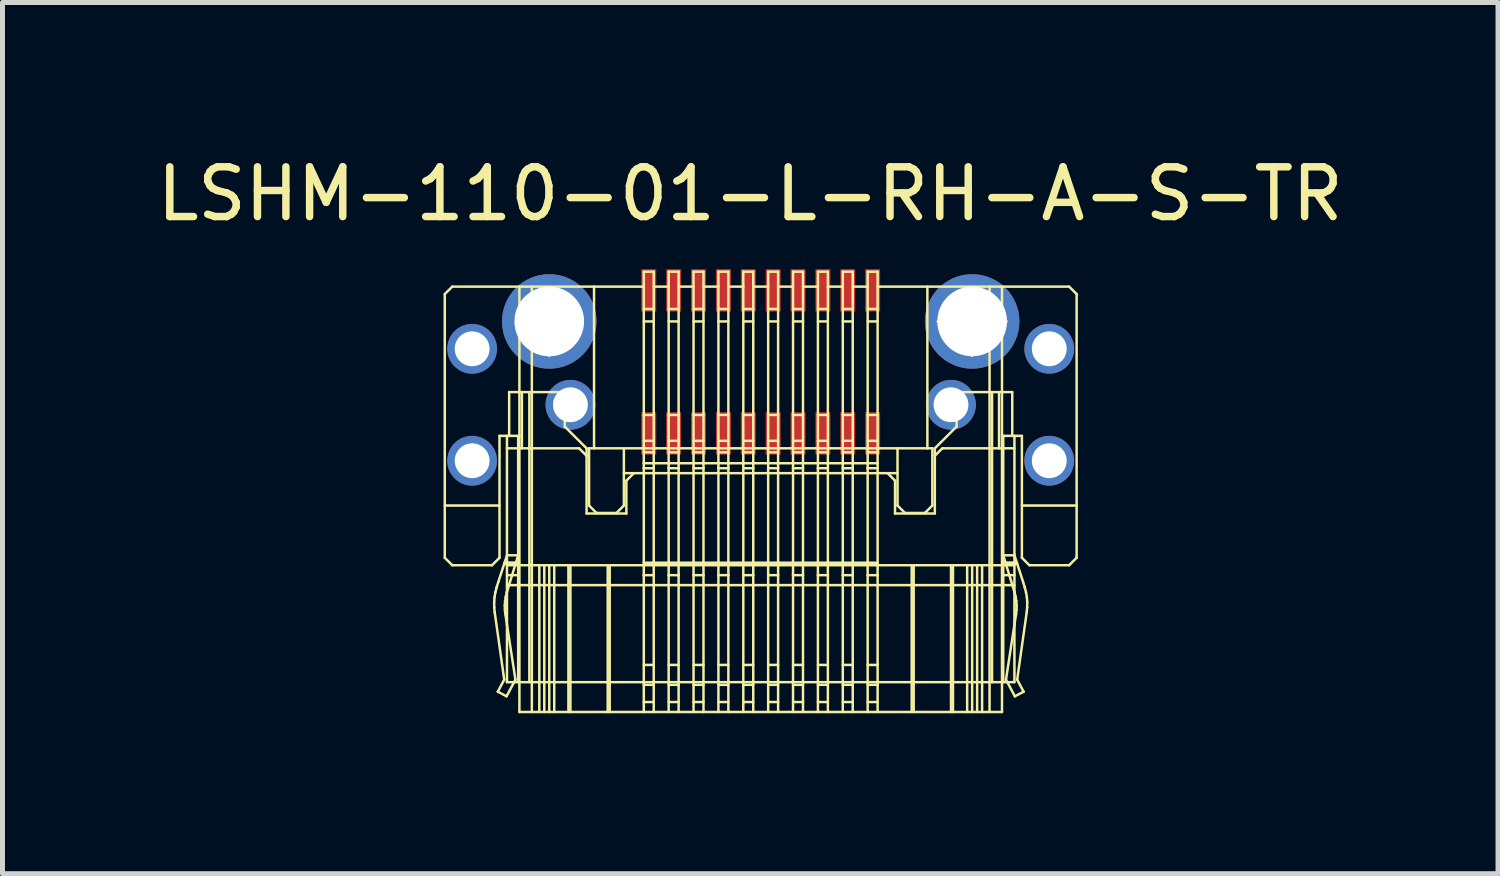
<source format=kicad_pcb>
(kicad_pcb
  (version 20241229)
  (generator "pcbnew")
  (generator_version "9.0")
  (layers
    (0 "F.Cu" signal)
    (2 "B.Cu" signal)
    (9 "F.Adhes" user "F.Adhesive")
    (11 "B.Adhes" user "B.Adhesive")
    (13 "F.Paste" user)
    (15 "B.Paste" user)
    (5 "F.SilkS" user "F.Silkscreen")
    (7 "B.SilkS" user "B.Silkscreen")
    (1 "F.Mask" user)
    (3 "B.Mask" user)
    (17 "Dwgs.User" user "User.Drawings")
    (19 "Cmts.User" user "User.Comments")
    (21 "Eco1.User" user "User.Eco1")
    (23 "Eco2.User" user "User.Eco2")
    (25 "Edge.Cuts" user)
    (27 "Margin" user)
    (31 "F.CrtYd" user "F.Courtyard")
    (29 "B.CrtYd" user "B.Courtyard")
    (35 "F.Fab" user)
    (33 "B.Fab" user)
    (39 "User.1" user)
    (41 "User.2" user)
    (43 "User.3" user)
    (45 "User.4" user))
  (footprint "LSHM-110-01-L-RH-A-S-TR"
    (layer "F.Cu")
    (at 12.24 11.261)
    (property "Reference" "LSHM-110-01-L-RH-A-S-TR" (at -0.21 -10.413 0) (layer "F.SilkS") (effects (font (size 1 1) (thickness 0.15))))
    (attr through_hole)
    (fp_line (start -6.35 -8.4) (end -6.35 -3.1) (stroke (width 0.05) (type solid)) (layer "F.SilkS"))
    (fp_line (start -6.35 -3.1) (end -6.2 -2.95) (stroke (width 0.05) (type solid)) (layer "F.SilkS"))
    (fp_line (start -6.2 -8.55) (end -6.35 -8.4) (stroke (width 0.05) (type solid)) (layer "F.SilkS"))
    (fp_line (start -6.2 -2.95) (end -5.4 -2.95) (stroke (width 0.05) (type solid)) (layer "F.SilkS"))
    (fp_line (start -5.9 -7.55) (end -5.7 -7.55) (stroke (width 0.05) (type solid)) (layer "F.SilkS"))
    (fp_line (start -5.9 -7.05) (end -5.9 -7.55) (stroke (width 0.05) (type solid)) (layer "F.SilkS"))
    (fp_line (start -5.9 -5.3) (end -5.7 -5.3) (stroke (width 0.05) (type solid)) (layer "F.SilkS"))
    (fp_line (start -5.9 -4.8) (end -5.9 -5.3) (stroke (width 0.05) (type solid)) (layer "F.SilkS"))
    (fp_line (start -5.7 -7.45) (end -5.9 -7.45) (stroke (width 0.05) (type solid)) (layer "F.SilkS"))
    (fp_line (start -5.7 -7.15) (end -5.9 -7.15) (stroke (width 0.05) (type solid)) (layer "F.SilkS"))
    (fp_line (start -5.7 -7.05) (end -5.9 -7.05) (stroke (width 0.05) (type solid)) (layer "F.SilkS"))
    (fp_line (start -5.7 -7.05) (end -5.7 -7.55) (stroke (width 0.05) (type solid)) (layer "F.SilkS"))
    (fp_line (start -5.7 -5.2) (end -5.9 -5.2) (stroke (width 0.05) (type solid)) (layer "F.SilkS"))
    (fp_line (start -5.7 -4.9) (end -5.9 -4.9) (stroke (width 0.05) (type solid)) (layer "F.SilkS"))
    (fp_line (start -5.7 -4.8) (end -5.9 -4.8) (stroke (width 0.05) (type solid)) (layer "F.SilkS"))
    (fp_line (start -5.7 -4.8) (end -5.7 -5.3) (stroke (width 0.05) (type solid)) (layer "F.SilkS"))
    (fp_line (start -5.4 -2.95) (end -5.25 -3.1) (stroke (width 0.05) (type solid)) (layer "F.SilkS"))
    (fp_line (start -5.357 -2.207) (end -5.35 -2.307) (stroke (width 0.05) (type solid)) (layer "F.SilkS"))
    (fp_line (start -5.356 -2.106) (end -5.357 -2.207) (stroke (width 0.05) (type solid)) (layer "F.SilkS"))
    (fp_line (start -5.35 -2.307) (end -5.333 -2.406) (stroke (width 0.05) (type solid)) (layer "F.SilkS"))
    (fp_line (start -5.347 -2.007) (end -5.356 -2.106) (stroke (width 0.05) (type solid)) (layer "F.SilkS"))
    (fp_line (start -5.333 -2.406) (end -5.308 -2.503) (stroke (width 0.05) (type solid)) (layer "F.SilkS"))
    (fp_line (start -5.308 -2.503) (end -5.308 -2.504) (stroke (width 0.05) (type solid)) (layer "F.SilkS"))
    (fp_line (start -5.308 -2.504) (end -5.274 -2.614) (stroke (width 0.05) (type solid)) (layer "F.SilkS"))
    (fp_line (start -5.284 -0.408) (end -5.155 -0.65) (stroke (width 0.05) (type solid)) (layer "F.SilkS"))
    (fp_line (start -5.274 -2.614) (end -5.1 -3.15) (stroke (width 0.05) (type solid)) (layer "F.SilkS"))
    (fp_line (start -5.25 -5.55) (end -4.85 -5.55) (stroke (width 0.05) (type solid)) (layer "F.SilkS"))
    (fp_line (start -5.25 -4.15) (end -6.35 -4.15) (stroke (width 0.05) (type solid)) (layer "F.SilkS"))
    (fp_line (start -5.25 -3.1) (end -5.25 -5.55) (stroke (width 0.05) (type solid)) (layer "F.SilkS"))
    (fp_line (start -5.156 -2.978) (end -5.1 -2.978) (stroke (width 0.05) (type solid)) (layer "F.SilkS"))
    (fp_line (start -5.155 -0.65) (end -5.347 -2.007) (stroke (width 0.05) (type solid)) (layer "F.SilkS"))
    (fp_line (start -5.147 -3.004) (end -4.92 -3.004) (stroke (width 0.05) (type solid)) (layer "F.SilkS"))
    (fp_line (start -5.144 -2.142) (end -5.138 -2.229) (stroke (width 0.05) (type solid)) (layer "F.SilkS"))
    (fp_line (start -5.142 -2.055) (end -5.144 -2.142) (stroke (width 0.05) (type solid)) (layer "F.SilkS"))
    (fp_line (start -5.138 -2.229) (end -5.125 -2.315) (stroke (width 0.05) (type solid)) (layer "F.SilkS"))
    (fp_line (start -5.133 -1.968) (end -5.142 -2.055) (stroke (width 0.05) (type solid)) (layer "F.SilkS"))
    (fp_line (start -5.133 -1.968) (end -5.1 -1.756) (stroke (width 0.05) (type solid)) (layer "F.SilkS"))
    (fp_line (start -5.125 -2.315) (end -5.104 -2.4) (stroke (width 0.05) (type solid)) (layer "F.SilkS"))
    (fp_line (start -5.109 -0.315) (end -5.284 -0.408) (stroke (width 0.05) (type solid)) (layer "F.SilkS"))
    (fp_line (start -5.104 -2.4) (end -5.101 -2.412) (stroke (width 0.05) (type solid)) (layer "F.SilkS"))
    (fp_line (start -5.1 -5.55) (end -5.1 -0.6) (stroke (width 0.05) (type solid)) (layer "F.SilkS"))
    (fp_line (start -5.1 -3.15) (end -4.875 -3.15) (stroke (width 0.05) (type solid)) (layer "F.SilkS"))
    (fp_line (start -5.1 -2.978) (end -4.927 -2.978) (stroke (width 0.05) (type solid)) (layer "F.SilkS"))
    (fp_line (start -5.1 -2.95) (end -4.875 -2.95) (stroke (width 0.05) (type solid)) (layer "F.SilkS"))
    (fp_line (start -5.1 -2.75) (end -4.875 -2.75) (stroke (width 0.05) (type solid)) (layer "F.SilkS"))
    (fp_line (start -5.1 -2.414) (end -5.101 -2.412) (stroke (width 0.05) (type solid)) (layer "F.SilkS"))
    (fp_line (start -5.1 -1.756) (end -4.93 -0.65) (stroke (width 0.05) (type solid)) (layer "F.SilkS"))
    (fp_line (start -5.056 -6.43) (end -5.056 -5.55) (stroke (width 0.05) (type solid)) (layer "F.SilkS"))
    (fp_line (start -4.957 -0.6) (end -5.109 -0.315) (stroke (width 0.05) (type solid)) (layer "F.SilkS"))
    (fp_line (start -4.93 -0.65) (end -4.957 -0.6) (stroke (width 0.05) (type solid)) (layer "F.SilkS"))
    (fp_line (start -4.875 -5.55) (end -4.875 -5.3) (stroke (width 0.05) (type solid)) (layer "F.SilkS"))
    (fp_line (start -4.875 -3.15) (end -5.1 -2.414) (stroke (width 0.05) (type solid)) (layer "F.SilkS"))
    (fp_line (start -4.875 -0.6) (end -4.875 -5.3) (stroke (width 0.05) (type solid)) (layer "F.SilkS"))
    (fp_line (start -4.854 -7.85) (end -3.646 -7.85) (stroke (width 0.05) (type solid)) (layer "F.SilkS"))
    (fp_line (start -4.85 -5.3) (end -4.85 -8.55) (stroke (width 0.05) (type solid)) (layer "F.SilkS"))
    (fp_line (start -4.85 -0.6) (end -4.85 -5.3) (stroke (width 0.05) (type solid)) (layer "F.SilkS"))
    (fp_line (start -4.85 0) (end -4.85 -0.6) (stroke (width 0.05) (type solid)) (layer "F.SilkS"))
    (fp_line (start -4.8 -6.43) (end -4.8 -5.3) (stroke (width 0.05) (type solid)) (layer "F.SilkS"))
    (fp_line (start -4.65 -5.3) (end -4.65 -6.43) (stroke (width 0.05) (type solid)) (layer "F.SilkS"))
    (fp_line (start -4.65 -0.6) (end -4.65 -5.3) (stroke (width 0.05) (type solid)) (layer "F.SilkS"))
    (fp_line (start -4.6 -5.3) (end -4.6 -8.55) (stroke (width 0.05) (type solid)) (layer "F.SilkS"))
    (fp_line (start -4.6 -0.6) (end -4.6 -5.3) (stroke (width 0.05) (type solid)) (layer "F.SilkS"))
    (fp_line (start -4.6 0) (end -4.6 -0.6) (stroke (width 0.05) (type solid)) (layer "F.SilkS"))
    (fp_line (start -4.45 0) (end -4.45 -2.95) (stroke (width 0.05) (type solid)) (layer "F.SilkS"))
    (fp_line (start -4.35 0) (end -4.35 -2.95) (stroke (width 0.05) (type solid)) (layer "F.SilkS"))
    (fp_line (start -4.25 -7.157) (end -4.25 -8.543) (stroke (width 0.05) (type solid)) (layer "F.SilkS"))
    (fp_line (start -4.25 0) (end -4.25 -2.95) (stroke (width 0.05) (type solid)) (layer "F.SilkS"))
    (fp_line (start -4.15 0) (end -4.15 -2.95) (stroke (width 0.05) (type solid)) (layer "F.SilkS"))
    (fp_line (start -3.938 -6.43) (end -3.938 -5.737) (stroke (width 0.05) (type solid)) (layer "F.SilkS"))
    (fp_line (start -3.938 -6.38) (end -3.712 -6.38) (stroke (width 0.05) (type solid)) (layer "F.SilkS"))
    (fp_line (start -3.938 -5.737) (end -3.5 -5.3) (stroke (width 0.05) (type solid)) (layer "F.SilkS"))
    (fp_line (start -3.865 0) (end -3.865 -2.95) (stroke (width 0.05) (type solid)) (layer "F.SilkS"))
    (fp_line (start -3.825 0) (end -3.825 -2.95) (stroke (width 0.05) (type solid)) (layer "F.SilkS"))
    (fp_line (start -3.712 -6.43) (end -5.056 -6.43) (stroke (width 0.05) (type solid)) (layer "F.SilkS"))
    (fp_line (start -3.712 -6.43) (end -3.712 -5.93) (stroke (width 0.05) (type solid)) (layer "F.SilkS"))
    (fp_line (start -3.712 -5.98) (end -3.938 -5.98) (stroke (width 0.05) (type solid)) (layer "F.SilkS"))
    (fp_line (start -3.712 -5.93) (end -3.938 -5.93) (stroke (width 0.05) (type solid)) (layer "F.SilkS"))
    (fp_line (start -3.65 -5.3) (end -5.1 -5.3) (stroke (width 0.05) (type solid)) (layer "F.SilkS"))
    (fp_line (start -3.65 -5.3) (end -3.5 -5.15) (stroke (width 0.05) (type solid)) (layer "F.SilkS"))
    (fp_line (start -3.5 -5.3) (end -3.5 -5.15) (stroke (width 0.05) (type solid)) (layer "F.SilkS"))
    (fp_line (start -3.5 -5.15) (end -3.5 -3.99) (stroke (width 0.05) (type solid)) (layer "F.SilkS"))
    (fp_line (start -3.5 -3.99) (end -2.7 -3.99) (stroke (width 0.05) (type solid)) (layer "F.SilkS"))
    (fp_line (start -3.45 -5.3) (end -3.45 -4.15) (stroke (width 0.05) (type solid)) (layer "F.SilkS"))
    (fp_line (start -3.45 -4.15) (end -3.3 -4) (stroke (width 0.05) (type solid)) (layer "F.SilkS"))
    (fp_line (start -3.35 -8.55) (end -3.35 -5.3) (stroke (width 0.05) (type solid)) (layer "F.SilkS"))
    (fp_line (start -3.3 -4) (end -2.9 -4) (stroke (width 0.05) (type solid)) (layer "F.SilkS"))
    (fp_line (start -3.075 0) (end -3.075 -2.95) (stroke (width 0.05) (type solid)) (layer "F.SilkS"))
    (fp_line (start -3.035 0) (end -3.035 -2.95) (stroke (width 0.05) (type solid)) (layer "F.SilkS"))
    (fp_line (start -2.9 -4) (end -2.75 -4.15) (stroke (width 0.05) (type solid)) (layer "F.SilkS"))
    (fp_line (start -2.75 -4.8) (end 2.75 -4.8) (stroke (width 0.05) (type solid)) (layer "F.SilkS"))
    (fp_line (start -2.75 -4.15) (end -2.75 -5.3) (stroke (width 0.05) (type solid)) (layer "F.SilkS"))
    (fp_line (start -2.7 -4.65) (end -2.55 -4.8) (stroke (width 0.05) (type solid)) (layer "F.SilkS"))
    (fp_line (start -2.7 -3.99) (end -2.7 -4.65) (stroke (width 0.05) (type solid)) (layer "F.SilkS"))
    (fp_line (start -2.35 -8.85) (end -2.35 -5) (stroke (width 0.05) (type solid)) (layer "F.SilkS"))
    (fp_line (start -2.35 -8.55) (end -6.2 -8.55) (stroke (width 0.05) (type solid)) (layer "F.SilkS"))
    (fp_line (start -2.35 -7.85) (end -2.15 -7.85) (stroke (width 0.05) (type solid)) (layer "F.SilkS"))
    (fp_line (start -2.35 -5.3) (end -3.45 -5.3) (stroke (width 0.05) (type solid)) (layer "F.SilkS"))
    (fp_line (start -2.35 -5.3) (end -2.15 -5.3) (stroke (width 0.05) (type solid)) (layer "F.SilkS"))
    (fp_line (start -2.35 -5) (end -2.35 -4.9) (stroke (width 0.05) (type solid)) (layer "F.SilkS"))
    (fp_line (start -2.35 -4.9) (end -2.35 -2.75) (stroke (width 0.05) (type solid)) (layer "F.SilkS"))
    (fp_line (start -2.35 -4.9) (end -2.15 -4.9) (stroke (width 0.05) (type solid)) (layer "F.SilkS"))
    (fp_line (start -2.35 -2.75) (end -2.35 0) (stroke (width 0.05) (type solid)) (layer "F.SilkS"))
    (fp_line (start -2.15 -8.85) (end -2.35 -8.85) (stroke (width 0.05) (type solid)) (layer "F.SilkS"))
    (fp_line (start -2.15 -8.85) (end -2.15 -5) (stroke (width 0.05) (type solid)) (layer "F.SilkS"))
    (fp_line (start -2.15 -8.1) (end -2.35 -8.1) (stroke (width 0.05) (type solid)) (layer "F.SilkS"))
    (fp_line (start -2.15 -5.97) (end -2.35 -5.97) (stroke (width 0.05) (type solid)) (layer "F.SilkS"))
    (fp_line (start -2.15 -5.45) (end -2.35 -5.45) (stroke (width 0.05) (type solid)) (layer "F.SilkS"))
    (fp_line (start -2.15 -5.22) (end -2.35 -5.22) (stroke (width 0.05) (type solid)) (layer "F.SilkS"))
    (fp_line (start -2.15 -5) (end -2.35 -5) (stroke (width 0.05) (type solid)) (layer "F.SilkS"))
    (fp_line (start -2.15 -4.9) (end -2.15 -5) (stroke (width 0.05) (type solid)) (layer "F.SilkS"))
    (fp_line (start -2.15 -3) (end -2.15 -4.9) (stroke (width 0.05) (type solid)) (layer "F.SilkS"))
    (fp_line (start -2.15 -3) (end -2.15 -2.75) (stroke (width 0.05) (type solid)) (layer "F.SilkS"))
    (fp_line (start -2.15 -2.75) (end -2.35 -2.75) (stroke (width 0.05) (type solid)) (layer "F.SilkS"))
    (fp_line (start -2.15 -2.75) (end -2.15 0) (stroke (width 0.05) (type solid)) (layer "F.SilkS"))
    (fp_line (start -2.15 -0.946) (end -2.35 -0.946) (stroke (width 0.05) (type solid)) (layer "F.SilkS"))
    (fp_line (start -2.15 -0.546) (end -2.35 -0.546) (stroke (width 0.05) (type solid)) (layer "F.SilkS"))
    (fp_line (start -2.15 -0.2) (end -2.35 -0.2) (stroke (width 0.05) (type solid)) (layer "F.SilkS"))
    (fp_line (start -1.85 -8.55) (end -2.15 -8.55) (stroke (width 0.05) (type solid)) (layer "F.SilkS"))
    (fp_line (start -1.85 -7.85) (end -1.65 -7.85) (stroke (width 0.05) (type solid)) (layer "F.SilkS"))
    (fp_line (start -1.85 -5.3) (end -2.15 -5.3) (stroke (width 0.05) (type solid)) (layer "F.SilkS"))
    (fp_line (start -1.85 -5.3) (end -1.65 -5.3) (stroke (width 0.05) (type solid)) (layer "F.SilkS"))
    (fp_line (start -1.85 -5) (end -2.15 -5) (stroke (width 0.05) (type solid)) (layer "F.SilkS"))
    (fp_line (start -1.85 -5) (end -1.85 -8.85) (stroke (width 0.05) (type solid)) (layer "F.SilkS"))
    (fp_line (start -1.85 -5) (end -1.85 -4.9) (stroke (width 0.05) (type solid)) (layer "F.SilkS"))
    (fp_line (start -1.85 -4.9) (end -1.85 -3) (stroke (width 0.05) (type solid)) (layer "F.SilkS"))
    (fp_line (start -1.85 -4.9) (end -1.65 -4.9) (stroke (width 0.05) (type solid)) (layer "F.SilkS"))
    (fp_line (start -1.85 -2.75) (end -1.85 -3) (stroke (width 0.05) (type solid)) (layer "F.SilkS"))
    (fp_line (start -1.85 -2.75) (end -1.85 0) (stroke (width 0.05) (type solid)) (layer "F.SilkS"))
    (fp_line (start -1.65 -8.85) (end -1.85 -8.85) (stroke (width 0.05) (type solid)) (layer "F.SilkS"))
    (fp_line (start -1.65 -8.85) (end -1.65 -5) (stroke (width 0.05) (type solid)) (layer "F.SilkS"))
    (fp_line (start -1.65 -8.1) (end -1.85 -8.1) (stroke (width 0.05) (type solid)) (layer "F.SilkS"))
    (fp_line (start -1.65 -5.97) (end -1.85 -5.97) (stroke (width 0.05) (type solid)) (layer "F.SilkS"))
    (fp_line (start -1.65 -5.45) (end -1.85 -5.45) (stroke (width 0.05) (type solid)) (layer "F.SilkS"))
    (fp_line (start -1.65 -5.22) (end -1.85 -5.22) (stroke (width 0.05) (type solid)) (layer "F.SilkS"))
    (fp_line (start -1.65 -5) (end -1.85 -5) (stroke (width 0.05) (type solid)) (layer "F.SilkS"))
    (fp_line (start -1.65 -4.9) (end -1.65 -5) (stroke (width 0.05) (type solid)) (layer "F.SilkS"))
    (fp_line (start -1.65 -3) (end -1.65 -4.9) (stroke (width 0.05) (type solid)) (layer "F.SilkS"))
    (fp_line (start -1.65 -3) (end -1.65 -2.75) (stroke (width 0.05) (type solid)) (layer "F.SilkS"))
    (fp_line (start -1.65 -2.75) (end -1.85 -2.75) (stroke (width 0.05) (type solid)) (layer "F.SilkS"))
    (fp_line (start -1.65 -2.75) (end -1.65 0) (stroke (width 0.05) (type solid)) (layer "F.SilkS"))
    (fp_line (start -1.65 -0.946) (end -1.85 -0.946) (stroke (width 0.05) (type solid)) (layer "F.SilkS"))
    (fp_line (start -1.65 -0.546) (end -1.85 -0.546) (stroke (width 0.05) (type solid)) (layer "F.SilkS"))
    (fp_line (start -1.65 -0.2) (end -1.85 -0.2) (stroke (width 0.05) (type solid)) (layer "F.SilkS"))
    (fp_line (start -1.35 -8.55) (end -1.65 -8.55) (stroke (width 0.05) (type solid)) (layer "F.SilkS"))
    (fp_line (start -1.35 -7.85) (end -1.15 -7.85) (stroke (width 0.05) (type solid)) (layer "F.SilkS"))
    (fp_line (start -1.35 -5.3) (end -1.65 -5.3) (stroke (width 0.05) (type solid)) (layer "F.SilkS"))
    (fp_line (start -1.35 -5.3) (end -1.15 -5.3) (stroke (width 0.05) (type solid)) (layer "F.SilkS"))
    (fp_line (start -1.35 -5) (end -1.65 -5) (stroke (width 0.05) (type solid)) (layer "F.SilkS"))
    (fp_line (start -1.35 -5) (end -1.35 -8.85) (stroke (width 0.05) (type solid)) (layer "F.SilkS"))
    (fp_line (start -1.35 -5) (end -1.35 -4.9) (stroke (width 0.05) (type solid)) (layer "F.SilkS"))
    (fp_line (start -1.35 -4.9) (end -1.35 -3) (stroke (width 0.05) (type solid)) (layer "F.SilkS"))
    (fp_line (start -1.35 -4.9) (end -1.15 -4.9) (stroke (width 0.05) (type solid)) (layer "F.SilkS"))
    (fp_line (start -1.35 -2.75) (end -1.35 -3) (stroke (width 0.05) (type solid)) (layer "F.SilkS"))
    (fp_line (start -1.35 -2.75) (end -1.35 0) (stroke (width 0.05) (type solid)) (layer "F.SilkS"))
    (fp_line (start -1.15 -8.85) (end -1.35 -8.85) (stroke (width 0.05) (type solid)) (layer "F.SilkS"))
    (fp_line (start -1.15 -8.85) (end -1.15 -5) (stroke (width 0.05) (type solid)) (layer "F.SilkS"))
    (fp_line (start -1.15 -8.1) (end -1.35 -8.1) (stroke (width 0.05) (type solid)) (layer "F.SilkS"))
    (fp_line (start -1.15 -5.97) (end -1.35 -5.97) (stroke (width 0.05) (type solid)) (layer "F.SilkS"))
    (fp_line (start -1.15 -5.45) (end -1.35 -5.45) (stroke (width 0.05) (type solid)) (layer "F.SilkS"))
    (fp_line (start -1.15 -5.22) (end -1.35 -5.22) (stroke (width 0.05) (type solid)) (layer "F.SilkS"))
    (fp_line (start -1.15 -5) (end -1.35 -5) (stroke (width 0.05) (type solid)) (layer "F.SilkS"))
    (fp_line (start -1.15 -4.9) (end -1.15 -5) (stroke (width 0.05) (type solid)) (layer "F.SilkS"))
    (fp_line (start -1.15 -3) (end -1.15 -4.9) (stroke (width 0.05) (type solid)) (layer "F.SilkS"))
    (fp_line (start -1.15 -3) (end -1.15 -2.75) (stroke (width 0.05) (type solid)) (layer "F.SilkS"))
    (fp_line (start -1.15 -2.75) (end -1.35 -2.75) (stroke (width 0.05) (type solid)) (layer "F.SilkS"))
    (fp_line (start -1.15 -2.75) (end -1.15 0) (stroke (width 0.05) (type solid)) (layer "F.SilkS"))
    (fp_line (start -1.15 -0.946) (end -1.35 -0.946) (stroke (width 0.05) (type solid)) (layer "F.SilkS"))
    (fp_line (start -1.15 -0.546) (end -1.35 -0.546) (stroke (width 0.05) (type solid)) (layer "F.SilkS"))
    (fp_line (start -1.15 -0.2) (end -1.35 -0.2) (stroke (width 0.05) (type solid)) (layer "F.SilkS"))
    (fp_line (start -0.85 -8.55) (end -1.15 -8.55) (stroke (width 0.05) (type solid)) (layer "F.SilkS"))
    (fp_line (start -0.85 -7.85) (end -0.65 -7.85) (stroke (width 0.05) (type solid)) (layer "F.SilkS"))
    (fp_line (start -0.85 -5.3) (end -1.15 -5.3) (stroke (width 0.05) (type solid)) (layer "F.SilkS"))
    (fp_line (start -0.85 -5.3) (end -0.65 -5.3) (stroke (width 0.05) (type solid)) (layer "F.SilkS"))
    (fp_line (start -0.85 -5) (end -1.15 -5) (stroke (width 0.05) (type solid)) (layer "F.SilkS"))
    (fp_line (start -0.85 -5) (end -0.85 -8.85) (stroke (width 0.05) (type solid)) (layer "F.SilkS"))
    (fp_line (start -0.85 -5) (end -0.85 -4.9) (stroke (width 0.05) (type solid)) (layer "F.SilkS"))
    (fp_line (start -0.85 -4.9) (end -0.85 -3) (stroke (width 0.05) (type solid)) (layer "F.SilkS"))
    (fp_line (start -0.85 -4.9) (end -0.65 -4.9) (stroke (width 0.05) (type solid)) (layer "F.SilkS"))
    (fp_line (start -0.85 -2.75) (end -0.85 -3) (stroke (width 0.05) (type solid)) (layer "F.SilkS"))
    (fp_line (start -0.85 -2.75) (end -0.85 0) (stroke (width 0.05) (type solid)) (layer "F.SilkS"))
    (fp_line (start -0.65 -8.85) (end -0.85 -8.85) (stroke (width 0.05) (type solid)) (layer "F.SilkS"))
    (fp_line (start -0.65 -8.85) (end -0.65 -5) (stroke (width 0.05) (type solid)) (layer "F.SilkS"))
    (fp_line (start -0.65 -8.1) (end -0.85 -8.1) (stroke (width 0.05) (type solid)) (layer "F.SilkS"))
    (fp_line (start -0.65 -5.97) (end -0.85 -5.97) (stroke (width 0.05) (type solid)) (layer "F.SilkS"))
    (fp_line (start -0.65 -5.45) (end -0.85 -5.45) (stroke (width 0.05) (type solid)) (layer "F.SilkS"))
    (fp_line (start -0.65 -5.22) (end -0.85 -5.22) (stroke (width 0.05) (type solid)) (layer "F.SilkS"))
    (fp_line (start -0.65 -5) (end -0.85 -5) (stroke (width 0.05) (type solid)) (layer "F.SilkS"))
    (fp_line (start -0.65 -4.9) (end -0.65 -5) (stroke (width 0.05) (type solid)) (layer "F.SilkS"))
    (fp_line (start -0.65 -3) (end -0.65 -4.9) (stroke (width 0.05) (type solid)) (layer "F.SilkS"))
    (fp_line (start -0.65 -3) (end -0.65 -2.75) (stroke (width 0.05) (type solid)) (layer "F.SilkS"))
    (fp_line (start -0.65 -2.75) (end -0.85 -2.75) (stroke (width 0.05) (type solid)) (layer "F.SilkS"))
    (fp_line (start -0.65 -2.75) (end -0.65 0) (stroke (width 0.05) (type solid)) (layer "F.SilkS"))
    (fp_line (start -0.65 -0.946) (end -0.85 -0.946) (stroke (width 0.05) (type solid)) (layer "F.SilkS"))
    (fp_line (start -0.65 -0.546) (end -0.85 -0.546) (stroke (width 0.05) (type solid)) (layer "F.SilkS"))
    (fp_line (start -0.65 -0.2) (end -0.85 -0.2) (stroke (width 0.05) (type solid)) (layer "F.SilkS"))
    (fp_line (start -0.35 -8.55) (end -0.65 -8.55) (stroke (width 0.05) (type solid)) (layer "F.SilkS"))
    (fp_line (start -0.35 -7.85) (end -0.15 -7.85) (stroke (width 0.05) (type solid)) (layer "F.SilkS"))
    (fp_line (start -0.35 -5.3) (end -0.65 -5.3) (stroke (width 0.05) (type solid)) (layer "F.SilkS"))
    (fp_line (start -0.35 -5.3) (end -0.15 -5.3) (stroke (width 0.05) (type solid)) (layer "F.SilkS"))
    (fp_line (start -0.35 -5) (end -0.65 -5) (stroke (width 0.05) (type solid)) (layer "F.SilkS"))
    (fp_line (start -0.35 -5) (end -0.35 -8.85) (stroke (width 0.05) (type solid)) (layer "F.SilkS"))
    (fp_line (start -0.35 -5) (end -0.35 -4.9) (stroke (width 0.05) (type solid)) (layer "F.SilkS"))
    (fp_line (start -0.35 -4.9) (end -0.35 -3) (stroke (width 0.05) (type solid)) (layer "F.SilkS"))
    (fp_line (start -0.35 -4.9) (end -0.15 -4.9) (stroke (width 0.05) (type solid)) (layer "F.SilkS"))
    (fp_line (start -0.35 -2.75) (end -0.35 -3) (stroke (width 0.05) (type solid)) (layer "F.SilkS"))
    (fp_line (start -0.35 -2.75) (end -0.35 0) (stroke (width 0.05) (type solid)) (layer "F.SilkS"))
    (fp_line (start -0.15 -8.85) (end -0.35 -8.85) (stroke (width 0.05) (type solid)) (layer "F.SilkS"))
    (fp_line (start -0.15 -8.85) (end -0.15 -5) (stroke (width 0.05) (type solid)) (layer "F.SilkS"))
    (fp_line (start -0.15 -8.1) (end -0.35 -8.1) (stroke (width 0.05) (type solid)) (layer "F.SilkS"))
    (fp_line (start -0.15 -5.97) (end -0.35 -5.97) (stroke (width 0.05) (type solid)) (layer "F.SilkS"))
    (fp_line (start -0.15 -5.45) (end -0.35 -5.45) (stroke (width 0.05) (type solid)) (layer "F.SilkS"))
    (fp_line (start -0.15 -5.22) (end -0.35 -5.22) (stroke (width 0.05) (type solid)) (layer "F.SilkS"))
    (fp_line (start -0.15 -5) (end -0.35 -5) (stroke (width 0.05) (type solid)) (layer "F.SilkS"))
    (fp_line (start -0.15 -4.9) (end -0.15 -5) (stroke (width 0.05) (type solid)) (layer "F.SilkS"))
    (fp_line (start -0.15 -3) (end -0.15 -4.9) (stroke (width 0.05) (type solid)) (layer "F.SilkS"))
    (fp_line (start -0.15 -3) (end -0.15 -2.75) (stroke (width 0.05) (type solid)) (layer "F.SilkS"))
    (fp_line (start -0.15 -2.75) (end -0.35 -2.75) (stroke (width 0.05) (type solid)) (layer "F.SilkS"))
    (fp_line (start -0.15 -2.75) (end -0.15 0) (stroke (width 0.05) (type solid)) (layer "F.SilkS"))
    (fp_line (start -0.15 -0.946) (end -0.35 -0.946) (stroke (width 0.05) (type solid)) (layer "F.SilkS"))
    (fp_line (start -0.15 -0.546) (end -0.35 -0.546) (stroke (width 0.05) (type solid)) (layer "F.SilkS"))
    (fp_line (start -0.15 -0.2) (end -0.35 -0.2) (stroke (width 0.05) (type solid)) (layer "F.SilkS"))
    (fp_line (start 0.15 -8.55) (end -0.15 -8.55) (stroke (width 0.05) (type solid)) (layer "F.SilkS"))
    (fp_line (start 0.15 -7.85) (end 0.35 -7.85) (stroke (width 0.05) (type solid)) (layer "F.SilkS"))
    (fp_line (start 0.15 -5.3) (end -0.15 -5.3) (stroke (width 0.05) (type solid)) (layer "F.SilkS"))
    (fp_line (start 0.15 -5.3) (end 0.35 -5.3) (stroke (width 0.05) (type solid)) (layer "F.SilkS"))
    (fp_line (start 0.15 -5) (end -0.15 -5) (stroke (width 0.05) (type solid)) (layer "F.SilkS"))
    (fp_line (start 0.15 -5) (end 0.15 -8.85) (stroke (width 0.05) (type solid)) (layer "F.SilkS"))
    (fp_line (start 0.15 -5) (end 0.15 -4.9) (stroke (width 0.05) (type solid)) (layer "F.SilkS"))
    (fp_line (start 0.15 -4.9) (end 0.15 -3) (stroke (width 0.05) (type solid)) (layer "F.SilkS"))
    (fp_line (start 0.15 -4.9) (end 0.35 -4.9) (stroke (width 0.05) (type solid)) (layer "F.SilkS"))
    (fp_line (start 0.15 -2.75) (end 0.15 -3) (stroke (width 0.05) (type solid)) (layer "F.SilkS"))
    (fp_line (start 0.15 -2.75) (end 0.15 0) (stroke (width 0.05) (type solid)) (layer "F.SilkS"))
    (fp_line (start 0.35 -8.85) (end 0.15 -8.85) (stroke (width 0.05) (type solid)) (layer "F.SilkS"))
    (fp_line (start 0.35 -8.85) (end 0.35 -5) (stroke (width 0.05) (type solid)) (layer "F.SilkS"))
    (fp_line (start 0.35 -8.1) (end 0.15 -8.1) (stroke (width 0.05) (type solid)) (layer "F.SilkS"))
    (fp_line (start 0.35 -5.97) (end 0.15 -5.97) (stroke (width 0.05) (type solid)) (layer "F.SilkS"))
    (fp_line (start 0.35 -5.45) (end 0.15 -5.45) (stroke (width 0.05) (type solid)) (layer "F.SilkS"))
    (fp_line (start 0.35 -5.22) (end 0.15 -5.22) (stroke (width 0.05) (type solid)) (layer "F.SilkS"))
    (fp_line (start 0.35 -5) (end 0.15 -5) (stroke (width 0.05) (type solid)) (layer "F.SilkS"))
    (fp_line (start 0.35 -4.9) (end 0.35 -5) (stroke (width 0.05) (type solid)) (layer "F.SilkS"))
    (fp_line (start 0.35 -3) (end 0.35 -4.9) (stroke (width 0.05) (type solid)) (layer "F.SilkS"))
    (fp_line (start 0.35 -3) (end 0.35 -2.75) (stroke (width 0.05) (type solid)) (layer "F.SilkS"))
    (fp_line (start 0.35 -2.75) (end 0.15 -2.75) (stroke (width 0.05) (type solid)) (layer "F.SilkS"))
    (fp_line (start 0.35 -2.75) (end 0.35 0) (stroke (width 0.05) (type solid)) (layer "F.SilkS"))
    (fp_line (start 0.35 -0.946) (end 0.15 -0.946) (stroke (width 0.05) (type solid)) (layer "F.SilkS"))
    (fp_line (start 0.35 -0.546) (end 0.15 -0.546) (stroke (width 0.05) (type solid)) (layer "F.SilkS"))
    (fp_line (start 0.35 -0.2) (end 0.15 -0.2) (stroke (width 0.05) (type solid)) (layer "F.SilkS"))
    (fp_line (start 0.65 -8.55) (end 0.35 -8.55) (stroke (width 0.05) (type solid)) (layer "F.SilkS"))
    (fp_line (start 0.65 -7.85) (end 0.85 -7.85) (stroke (width 0.05) (type solid)) (layer "F.SilkS"))
    (fp_line (start 0.65 -5.3) (end 0.35 -5.3) (stroke (width 0.05) (type solid)) (layer "F.SilkS"))
    (fp_line (start 0.65 -5.3) (end 0.85 -5.3) (stroke (width 0.05) (type solid)) (layer "F.SilkS"))
    (fp_line (start 0.65 -5) (end 0.35 -5) (stroke (width 0.05) (type solid)) (layer "F.SilkS"))
    (fp_line (start 0.65 -5) (end 0.65 -8.85) (stroke (width 0.05) (type solid)) (layer "F.SilkS"))
    (fp_line (start 0.65 -5) (end 0.65 -4.9) (stroke (width 0.05) (type solid)) (layer "F.SilkS"))
    (fp_line (start 0.65 -4.9) (end 0.65 -3) (stroke (width 0.05) (type solid)) (layer "F.SilkS"))
    (fp_line (start 0.65 -4.9) (end 0.85 -4.9) (stroke (width 0.05) (type solid)) (layer "F.SilkS"))
    (fp_line (start 0.65 -2.75) (end 0.65 -3) (stroke (width 0.05) (type solid)) (layer "F.SilkS"))
    (fp_line (start 0.65 -2.75) (end 0.65 0) (stroke (width 0.05) (type solid)) (layer "F.SilkS"))
    (fp_line (start 0.85 -8.85) (end 0.65 -8.85) (stroke (width 0.05) (type solid)) (layer "F.SilkS"))
    (fp_line (start 0.85 -8.85) (end 0.85 -5) (stroke (width 0.05) (type solid)) (layer "F.SilkS"))
    (fp_line (start 0.85 -8.1) (end 0.65 -8.1) (stroke (width 0.05) (type solid)) (layer "F.SilkS"))
    (fp_line (start 0.85 -5.97) (end 0.65 -5.97) (stroke (width 0.05) (type solid)) (layer "F.SilkS"))
    (fp_line (start 0.85 -5.45) (end 0.65 -5.45) (stroke (width 0.05) (type solid)) (layer "F.SilkS"))
    (fp_line (start 0.85 -5.22) (end 0.65 -5.22) (stroke (width 0.05) (type solid)) (layer "F.SilkS"))
    (fp_line (start 0.85 -5) (end 0.65 -5) (stroke (width 0.05) (type solid)) (layer "F.SilkS"))
    (fp_line (start 0.85 -4.9) (end 0.85 -5) (stroke (width 0.05) (type solid)) (layer "F.SilkS"))
    (fp_line (start 0.85 -3) (end 0.85 -4.9) (stroke (width 0.05) (type solid)) (layer "F.SilkS"))
    (fp_line (start 0.85 -3) (end 0.85 -2.75) (stroke (width 0.05) (type solid)) (layer "F.SilkS"))
    (fp_line (start 0.85 -2.75) (end 0.65 -2.75) (stroke (width 0.05) (type solid)) (layer "F.SilkS"))
    (fp_line (start 0.85 -2.75) (end 0.85 0) (stroke (width 0.05) (type solid)) (layer "F.SilkS"))
    (fp_line (start 0.85 -0.946) (end 0.65 -0.946) (stroke (width 0.05) (type solid)) (layer "F.SilkS"))
    (fp_line (start 0.85 -0.546) (end 0.65 -0.546) (stroke (width 0.05) (type solid)) (layer "F.SilkS"))
    (fp_line (start 0.85 -0.2) (end 0.65 -0.2) (stroke (width 0.05) (type solid)) (layer "F.SilkS"))
    (fp_line (start 1.15 -8.55) (end 0.85 -8.55) (stroke (width 0.05) (type solid)) (layer "F.SilkS"))
    (fp_line (start 1.15 -7.85) (end 1.35 -7.85) (stroke (width 0.05) (type solid)) (layer "F.SilkS"))
    (fp_line (start 1.15 -5.3) (end 0.85 -5.3) (stroke (width 0.05) (type solid)) (layer "F.SilkS"))
    (fp_line (start 1.15 -5.3) (end 1.35 -5.3) (stroke (width 0.05) (type solid)) (layer "F.SilkS"))
    (fp_line (start 1.15 -5) (end 0.85 -5) (stroke (width 0.05) (type solid)) (layer "F.SilkS"))
    (fp_line (start 1.15 -5) (end 1.15 -8.85) (stroke (width 0.05) (type solid)) (layer "F.SilkS"))
    (fp_line (start 1.15 -5) (end 1.15 -4.9) (stroke (width 0.05) (type solid)) (layer "F.SilkS"))
    (fp_line (start 1.15 -4.9) (end 1.15 -3) (stroke (width 0.05) (type solid)) (layer "F.SilkS"))
    (fp_line (start 1.15 -4.9) (end 1.35 -4.9) (stroke (width 0.05) (type solid)) (layer "F.SilkS"))
    (fp_line (start 1.15 -2.75) (end 1.15 -3) (stroke (width 0.05) (type solid)) (layer "F.SilkS"))
    (fp_line (start 1.15 -2.75) (end 1.15 0) (stroke (width 0.05) (type solid)) (layer "F.SilkS"))
    (fp_line (start 1.35 -8.85) (end 1.15 -8.85) (stroke (width 0.05) (type solid)) (layer "F.SilkS"))
    (fp_line (start 1.35 -8.85) (end 1.35 -5) (stroke (width 0.05) (type solid)) (layer "F.SilkS"))
    (fp_line (start 1.35 -8.1) (end 1.15 -8.1) (stroke (width 0.05) (type solid)) (layer "F.SilkS"))
    (fp_line (start 1.35 -5.97) (end 1.15 -5.97) (stroke (width 0.05) (type solid)) (layer "F.SilkS"))
    (fp_line (start 1.35 -5.45) (end 1.15 -5.45) (stroke (width 0.05) (type solid)) (layer "F.SilkS"))
    (fp_line (start 1.35 -5.22) (end 1.15 -5.22) (stroke (width 0.05) (type solid)) (layer "F.SilkS"))
    (fp_line (start 1.35 -5) (end 1.15 -5) (stroke (width 0.05) (type solid)) (layer "F.SilkS"))
    (fp_line (start 1.35 -4.9) (end 1.35 -5) (stroke (width 0.05) (type solid)) (layer "F.SilkS"))
    (fp_line (start 1.35 -3) (end 1.35 -4.9) (stroke (width 0.05) (type solid)) (layer "F.SilkS"))
    (fp_line (start 1.35 -3) (end 1.35 -2.75) (stroke (width 0.05) (type solid)) (layer "F.SilkS"))
    (fp_line (start 1.35 -2.75) (end 1.15 -2.75) (stroke (width 0.05) (type solid)) (layer "F.SilkS"))
    (fp_line (start 1.35 -2.75) (end 1.35 0) (stroke (width 0.05) (type solid)) (layer "F.SilkS"))
    (fp_line (start 1.35 -0.946) (end 1.15 -0.946) (stroke (width 0.05) (type solid)) (layer "F.SilkS"))
    (fp_line (start 1.35 -0.546) (end 1.15 -0.546) (stroke (width 0.05) (type solid)) (layer "F.SilkS"))
    (fp_line (start 1.35 -0.2) (end 1.15 -0.2) (stroke (width 0.05) (type solid)) (layer "F.SilkS"))
    (fp_line (start 1.65 -8.55) (end 1.35 -8.55) (stroke (width 0.05) (type solid)) (layer "F.SilkS"))
    (fp_line (start 1.65 -7.85) (end 1.85 -7.85) (stroke (width 0.05) (type solid)) (layer "F.SilkS"))
    (fp_line (start 1.65 -5.3) (end 1.35 -5.3) (stroke (width 0.05) (type solid)) (layer "F.SilkS"))
    (fp_line (start 1.65 -5.3) (end 1.85 -5.3) (stroke (width 0.05) (type solid)) (layer "F.SilkS"))
    (fp_line (start 1.65 -5) (end 1.35 -5) (stroke (width 0.05) (type solid)) (layer "F.SilkS"))
    (fp_line (start 1.65 -5) (end 1.65 -8.85) (stroke (width 0.05) (type solid)) (layer "F.SilkS"))
    (fp_line (start 1.65 -5) (end 1.65 -4.9) (stroke (width 0.05) (type solid)) (layer "F.SilkS"))
    (fp_line (start 1.65 -4.9) (end 1.65 -3) (stroke (width 0.05) (type solid)) (layer "F.SilkS"))
    (fp_line (start 1.65 -4.9) (end 1.85 -4.9) (stroke (width 0.05) (type solid)) (layer "F.SilkS"))
    (fp_line (start 1.65 -2.75) (end 1.65 -3) (stroke (width 0.05) (type solid)) (layer "F.SilkS"))
    (fp_line (start 1.65 -2.75) (end 1.65 0) (stroke (width 0.05) (type solid)) (layer "F.SilkS"))
    (fp_line (start 1.85 -8.85) (end 1.65 -8.85) (stroke (width 0.05) (type solid)) (layer "F.SilkS"))
    (fp_line (start 1.85 -8.85) (end 1.85 -5) (stroke (width 0.05) (type solid)) (layer "F.SilkS"))
    (fp_line (start 1.85 -8.1) (end 1.65 -8.1) (stroke (width 0.05) (type solid)) (layer "F.SilkS"))
    (fp_line (start 1.85 -5.97) (end 1.65 -5.97) (stroke (width 0.05) (type solid)) (layer "F.SilkS"))
    (fp_line (start 1.85 -5.45) (end 1.65 -5.45) (stroke (width 0.05) (type solid)) (layer "F.SilkS"))
    (fp_line (start 1.85 -5.22) (end 1.65 -5.22) (stroke (width 0.05) (type solid)) (layer "F.SilkS"))
    (fp_line (start 1.85 -5) (end 1.65 -5) (stroke (width 0.05) (type solid)) (layer "F.SilkS"))
    (fp_line (start 1.85 -4.9) (end 1.85 -5) (stroke (width 0.05) (type solid)) (layer "F.SilkS"))
    (fp_line (start 1.85 -3) (end 1.85 -4.9) (stroke (width 0.05) (type solid)) (layer "F.SilkS"))
    (fp_line (start 1.85 -3) (end 1.85 -2.75) (stroke (width 0.05) (type solid)) (layer "F.SilkS"))
    (fp_line (start 1.85 -2.75) (end 1.65 -2.75) (stroke (width 0.05) (type solid)) (layer "F.SilkS"))
    (fp_line (start 1.85 -2.75) (end 1.85 0) (stroke (width 0.05) (type solid)) (layer "F.SilkS"))
    (fp_line (start 1.85 -0.946) (end 1.65 -0.946) (stroke (width 0.05) (type solid)) (layer "F.SilkS"))
    (fp_line (start 1.85 -0.546) (end 1.65 -0.546) (stroke (width 0.05) (type solid)) (layer "F.SilkS"))
    (fp_line (start 1.85 -0.2) (end 1.65 -0.2) (stroke (width 0.05) (type solid)) (layer "F.SilkS"))
    (fp_line (start 2.15 -8.55) (end 1.85 -8.55) (stroke (width 0.05) (type solid)) (layer "F.SilkS"))
    (fp_line (start 2.15 -7.85) (end 2.35 -7.85) (stroke (width 0.05) (type solid)) (layer "F.SilkS"))
    (fp_line (start 2.15 -5.3) (end 1.85 -5.3) (stroke (width 0.05) (type solid)) (layer "F.SilkS"))
    (fp_line (start 2.15 -5.3) (end 2.35 -5.3) (stroke (width 0.05) (type solid)) (layer "F.SilkS"))
    (fp_line (start 2.15 -5) (end 1.85 -5) (stroke (width 0.05) (type solid)) (layer "F.SilkS"))
    (fp_line (start 2.15 -5) (end 2.15 -8.85) (stroke (width 0.05) (type solid)) (layer "F.SilkS"))
    (fp_line (start 2.15 -5) (end 2.15 -4.9) (stroke (width 0.05) (type solid)) (layer "F.SilkS"))
    (fp_line (start 2.15 -4.9) (end 2.15 -3) (stroke (width 0.05) (type solid)) (layer "F.SilkS"))
    (fp_line (start 2.15 -4.9) (end 2.35 -4.9) (stroke (width 0.05) (type solid)) (layer "F.SilkS"))
    (fp_line (start 2.15 -2.75) (end 2.15 -3) (stroke (width 0.05) (type solid)) (layer "F.SilkS"))
    (fp_line (start 2.15 -2.75) (end 2.15 0) (stroke (width 0.05) (type solid)) (layer "F.SilkS"))
    (fp_line (start 2.35 -8.85) (end 2.15 -8.85) (stroke (width 0.05) (type solid)) (layer "F.SilkS"))
    (fp_line (start 2.35 -8.85) (end 2.35 -5) (stroke (width 0.05) (type solid)) (layer "F.SilkS"))
    (fp_line (start 2.35 -8.1) (end 2.15 -8.1) (stroke (width 0.05) (type solid)) (layer "F.SilkS"))
    (fp_line (start 2.35 -5.97) (end 2.15 -5.97) (stroke (width 0.05) (type solid)) (layer "F.SilkS"))
    (fp_line (start 2.35 -5.45) (end 2.15 -5.45) (stroke (width 0.05) (type solid)) (layer "F.SilkS"))
    (fp_line (start 2.35 -5.22) (end 2.15 -5.22) (stroke (width 0.05) (type solid)) (layer "F.SilkS"))
    (fp_line (start 2.35 -5) (end 2.15 -5) (stroke (width 0.05) (type solid)) (layer "F.SilkS"))
    (fp_line (start 2.35 -4.9) (end 2.35 -5) (stroke (width 0.05) (type solid)) (layer "F.SilkS"))
    (fp_line (start 2.35 -4.9) (end 2.35 -2.75) (stroke (width 0.05) (type solid)) (layer "F.SilkS"))
    (fp_line (start 2.35 -3) (end -2.35 -3) (stroke (width 0.05) (type solid)) (layer "F.SilkS"))
    (fp_line (start 2.35 -2.75) (end 2.15 -2.75) (stroke (width 0.05) (type solid)) (layer "F.SilkS"))
    (fp_line (start 2.35 -2.75) (end 2.35 0) (stroke (width 0.05) (type solid)) (layer "F.SilkS"))
    (fp_line (start 2.35 -0.946) (end 2.15 -0.946) (stroke (width 0.05) (type solid)) (layer "F.SilkS"))
    (fp_line (start 2.35 -0.546) (end 2.15 -0.546) (stroke (width 0.05) (type solid)) (layer "F.SilkS"))
    (fp_line (start 2.35 -0.2) (end 2.15 -0.2) (stroke (width 0.05) (type solid)) (layer "F.SilkS"))
    (fp_line (start 2.55 -4.8) (end 2.7 -4.65) (stroke (width 0.05) (type solid)) (layer "F.SilkS"))
    (fp_line (start 2.7 -4.65) (end 2.7 -3.99) (stroke (width 0.05) (type solid)) (layer "F.SilkS"))
    (fp_line (start 2.7 -3.99) (end 3.5 -3.99) (stroke (width 0.05) (type solid)) (layer "F.SilkS"))
    (fp_line (start 2.75 -5.3) (end 2.75 -4.15) (stroke (width 0.05) (type solid)) (layer "F.SilkS"))
    (fp_line (start 2.75 -4.15) (end 2.9 -4) (stroke (width 0.05) (type solid)) (layer "F.SilkS"))
    (fp_line (start 2.9 -4) (end 3.3 -4) (stroke (width 0.05) (type solid)) (layer "F.SilkS"))
    (fp_line (start 3.035 0) (end 3.035 -2.95) (stroke (width 0.05) (type solid)) (layer "F.SilkS"))
    (fp_line (start 3.075 0) (end 3.075 -2.95) (stroke (width 0.05) (type solid)) (layer "F.SilkS"))
    (fp_line (start 3.3 -4) (end 3.45 -4.15) (stroke (width 0.05) (type solid)) (layer "F.SilkS"))
    (fp_line (start 3.35 -8.55) (end 3.35 -5.3) (stroke (width 0.05) (type solid)) (layer "F.SilkS"))
    (fp_line (start 3.45 -5.3) (end 2.35 -5.3) (stroke (width 0.05) (type solid)) (layer "F.SilkS"))
    (fp_line (start 3.45 -4.15) (end 3.45 -5.3) (stroke (width 0.05) (type solid)) (layer "F.SilkS"))
    (fp_line (start 3.5 -5.3) (end 3.938 -5.737) (stroke (width 0.05) (type solid)) (layer "F.SilkS"))
    (fp_line (start 3.5 -5.15) (end 3.5 -5.3) (stroke (width 0.05) (type solid)) (layer "F.SilkS"))
    (fp_line (start 3.5 -5.15) (end 3.65 -5.3) (stroke (width 0.05) (type solid)) (layer "F.SilkS"))
    (fp_line (start 3.5 -3.99) (end 3.5 -5.15) (stroke (width 0.05) (type solid)) (layer "F.SilkS"))
    (fp_line (start 3.557 -7.85) (end 4.943 -7.85) (stroke (width 0.05) (type solid)) (layer "F.SilkS"))
    (fp_line (start 3.712 -6.43) (end 3.712 -5.93) (stroke (width 0.05) (type solid)) (layer "F.SilkS"))
    (fp_line (start 3.712 -6.38) (end 3.938 -6.38) (stroke (width 0.05) (type solid)) (layer "F.SilkS"))
    (fp_line (start 3.825 0) (end 3.825 -2.95) (stroke (width 0.05) (type solid)) (layer "F.SilkS"))
    (fp_line (start 3.865 0) (end 3.865 -2.95) (stroke (width 0.05) (type solid)) (layer "F.SilkS"))
    (fp_line (start 3.938 -5.98) (end 3.712 -5.98) (stroke (width 0.05) (type solid)) (layer "F.SilkS"))
    (fp_line (start 3.938 -5.93) (end 3.712 -5.93) (stroke (width 0.05) (type solid)) (layer "F.SilkS"))
    (fp_line (start 3.938 -5.737) (end 3.938 -6.43) (stroke (width 0.05) (type solid)) (layer "F.SilkS"))
    (fp_line (start 4.15 0) (end 4.15 -2.95) (stroke (width 0.05) (type solid)) (layer "F.SilkS"))
    (fp_line (start 4.25 -7.157) (end 4.25 -8.543) (stroke (width 0.05) (type solid)) (layer "F.SilkS"))
    (fp_line (start 4.25 0) (end 4.25 -2.95) (stroke (width 0.05) (type solid)) (layer "F.SilkS"))
    (fp_line (start 4.35 0) (end 4.35 -2.95) (stroke (width 0.05) (type solid)) (layer "F.SilkS"))
    (fp_line (start 4.45 0) (end 4.45 -2.95) (stroke (width 0.05) (type solid)) (layer "F.SilkS"))
    (fp_line (start 4.6 -5.3) (end 4.6 -8.55) (stroke (width 0.05) (type solid)) (layer "F.SilkS"))
    (fp_line (start 4.6 -0.6) (end 4.6 -5.3) (stroke (width 0.05) (type solid)) (layer "F.SilkS"))
    (fp_line (start 4.6 0) (end 4.6 -0.6) (stroke (width 0.05) (type solid)) (layer "F.SilkS"))
    (fp_line (start 4.65 -5.3) (end 4.65 -6.43) (stroke (width 0.05) (type solid)) (layer "F.SilkS"))
    (fp_line (start 4.65 -0.6) (end 4.65 -5.3) (stroke (width 0.05) (type solid)) (layer "F.SilkS"))
    (fp_line (start 4.791 -5.3) (end 4.791 -6.43) (stroke (width 0.05) (type solid)) (layer "F.SilkS"))
    (fp_line (start 4.85 -5.55) (end 5.25 -5.55) (stroke (width 0.05) (type solid)) (layer "F.SilkS"))
    (fp_line (start 4.85 -5.3) (end 4.85 -8.55) (stroke (width 0.05) (type solid)) (layer "F.SilkS"))
    (fp_line (start 4.85 -2.95) (end -4.85 -2.95) (stroke (width 0.05) (type solid)) (layer "F.SilkS"))
    (fp_line (start 4.85 -0.6) (end 4.85 -5.3) (stroke (width 0.05) (type solid)) (layer "F.SilkS"))
    (fp_line (start 4.85 0) (end -4.85 0) (stroke (width 0.05) (type solid)) (layer "F.SilkS"))
    (fp_line (start 4.85 0) (end 4.85 -0.6) (stroke (width 0.05) (type solid)) (layer "F.SilkS"))
    (fp_line (start 4.875 -5.55) (end 4.875 -5.3) (stroke (width 0.05) (type solid)) (layer "F.SilkS"))
    (fp_line (start 4.875 -3.15) (end 5.1 -2.414) (stroke (width 0.05) (type solid)) (layer "F.SilkS"))
    (fp_line (start 4.875 -0.6) (end 4.875 -5.3) (stroke (width 0.05) (type solid)) (layer "F.SilkS"))
    (fp_line (start 4.93 -0.65) (end 4.957 -0.6) (stroke (width 0.05) (type solid)) (layer "F.SilkS"))
    (fp_line (start 4.957 -0.6) (end 5.109 -0.315) (stroke (width 0.05) (type solid)) (layer "F.SilkS"))
    (fp_line (start 5.056 -6.43) (end 3.712 -6.43) (stroke (width 0.05) (type solid)) (layer "F.SilkS"))
    (fp_line (start 5.056 -5.55) (end 5.056 -6.43) (stroke (width 0.05) (type solid)) (layer "F.SilkS"))
    (fp_line (start 5.1 -5.55) (end 5.1 -0.6) (stroke (width 0.05) (type solid)) (layer "F.SilkS"))
    (fp_line (start 5.1 -5.3) (end 3.65 -5.3) (stroke (width 0.05) (type solid)) (layer "F.SilkS"))
    (fp_line (start 5.1 -3.15) (end 4.875 -3.15) (stroke (width 0.05) (type solid)) (layer "F.SilkS"))
    (fp_line (start 5.1 -2.978) (end 4.927 -2.978) (stroke (width 0.05) (type solid)) (layer "F.SilkS"))
    (fp_line (start 5.1 -2.95) (end 4.875 -2.95) (stroke (width 0.05) (type solid)) (layer "F.SilkS"))
    (fp_line (start 5.1 -2.75) (end 4.875 -2.75) (stroke (width 0.05) (type solid)) (layer "F.SilkS"))
    (fp_line (start 5.1 -2.55) (end -5.1 -2.55) (stroke (width 0.05) (type solid)) (layer "F.SilkS"))
    (fp_line (start 5.1 -2.414) (end 5.101 -2.412) (stroke (width 0.05) (type solid)) (layer "F.SilkS"))
    (fp_line (start 5.1 -1.756) (end 4.93 -0.65) (stroke (width 0.05) (type solid)) (layer "F.SilkS"))
    (fp_line (start 5.1 -0.6) (end -5.1 -0.6) (stroke (width 0.05) (type solid)) (layer "F.SilkS"))
    (fp_line (start 5.104 -2.4) (end 5.101 -2.412) (stroke (width 0.05) (type solid)) (layer "F.SilkS"))
    (fp_line (start 5.109 -0.315) (end 5.284 -0.408) (stroke (width 0.05) (type solid)) (layer "F.SilkS"))
    (fp_line (start 5.125 -2.315) (end 5.104 -2.4) (stroke (width 0.05) (type solid)) (layer "F.SilkS"))
    (fp_line (start 5.133 -1.968) (end 5.1 -1.756) (stroke (width 0.05) (type solid)) (layer "F.SilkS"))
    (fp_line (start 5.133 -1.968) (end 5.142 -2.055) (stroke (width 0.05) (type solid)) (layer "F.SilkS"))
    (fp_line (start 5.138 -2.229) (end 5.125 -2.315) (stroke (width 0.05) (type solid)) (layer "F.SilkS"))
    (fp_line (start 5.142 -2.055) (end 5.144 -2.142) (stroke (width 0.05) (type solid)) (layer "F.SilkS"))
    (fp_line (start 5.144 -2.142) (end 5.138 -2.229) (stroke (width 0.05) (type solid)) (layer "F.SilkS"))
    (fp_line (start 5.147 -3.004) (end 4.92 -3.004) (stroke (width 0.05) (type solid)) (layer "F.SilkS"))
    (fp_line (start 5.155 -0.65) (end 5.347 -2.007) (stroke (width 0.05) (type solid)) (layer "F.SilkS"))
    (fp_line (start 5.156 -2.978) (end 5.1 -2.978) (stroke (width 0.05) (type solid)) (layer "F.SilkS"))
    (fp_line (start 5.25 -5.55) (end 5.25 -3.1) (stroke (width 0.05) (type solid)) (layer "F.SilkS"))
    (fp_line (start 5.25 -3.1) (end 5.4 -2.95) (stroke (width 0.05) (type solid)) (layer "F.SilkS"))
    (fp_line (start 5.274 -2.614) (end 5.1 -3.15) (stroke (width 0.05) (type solid)) (layer "F.SilkS"))
    (fp_line (start 5.284 -0.408) (end 5.155 -0.65) (stroke (width 0.05) (type solid)) (layer "F.SilkS"))
    (fp_line (start 5.308 -2.504) (end 5.274 -2.614) (stroke (width 0.05) (type solid)) (layer "F.SilkS"))
    (fp_line (start 5.308 -2.503) (end 5.308 -2.504) (stroke (width 0.05) (type solid)) (layer "F.SilkS"))
    (fp_line (start 5.333 -2.406) (end 5.308 -2.503) (stroke (width 0.05) (type solid)) (layer "F.SilkS"))
    (fp_line (start 5.347 -2.007) (end 5.356 -2.106) (stroke (width 0.05) (type solid)) (layer "F.SilkS"))
    (fp_line (start 5.35 -2.307) (end 5.333 -2.406) (stroke (width 0.05) (type solid)) (layer "F.SilkS"))
    (fp_line (start 5.356 -2.106) (end 5.357 -2.207) (stroke (width 0.05) (type solid)) (layer "F.SilkS"))
    (fp_line (start 5.357 -2.207) (end 5.35 -2.307) (stroke (width 0.05) (type solid)) (layer "F.SilkS"))
    (fp_line (start 5.4 -2.95) (end 6.2 -2.95) (stroke (width 0.05) (type solid)) (layer "F.SilkS"))
    (fp_line (start 5.7 -7.55) (end 5.9 -7.55) (stroke (width 0.05) (type solid)) (layer "F.SilkS"))
    (fp_line (start 5.7 -7.05) (end 5.7 -7.55) (stroke (width 0.05) (type solid)) (layer "F.SilkS"))
    (fp_line (start 5.7 -5.3) (end 5.9 -5.3) (stroke (width 0.05) (type solid)) (layer "F.SilkS"))
    (fp_line (start 5.7 -4.8) (end 5.7 -5.3) (stroke (width 0.05) (type solid)) (layer "F.SilkS"))
    (fp_line (start 5.9 -7.45) (end 5.7 -7.45) (stroke (width 0.05) (type solid)) (layer "F.SilkS"))
    (fp_line (start 5.9 -7.15) (end 5.7 -7.15) (stroke (width 0.05) (type solid)) (layer "F.SilkS"))
    (fp_line (start 5.9 -7.05) (end 5.7 -7.05) (stroke (width 0.05) (type solid)) (layer "F.SilkS"))
    (fp_line (start 5.9 -7.05) (end 5.9 -7.55) (stroke (width 0.05) (type solid)) (layer "F.SilkS"))
    (fp_line (start 5.9 -5.2) (end 5.7 -5.2) (stroke (width 0.05) (type solid)) (layer "F.SilkS"))
    (fp_line (start 5.9 -4.9) (end 5.7 -4.9) (stroke (width 0.05) (type solid)) (layer "F.SilkS"))
    (fp_line (start 5.9 -4.8) (end 5.7 -4.8) (stroke (width 0.05) (type solid)) (layer "F.SilkS"))
    (fp_line (start 5.9 -4.8) (end 5.9 -5.3) (stroke (width 0.05) (type solid)) (layer "F.SilkS"))
    (fp_line (start 6.2 -8.55) (end 2.35 -8.55) (stroke (width 0.05) (type solid)) (layer "F.SilkS"))
    (fp_line (start 6.2 -2.95) (end 6.35 -3.1) (stroke (width 0.05) (type solid)) (layer "F.SilkS"))
    (fp_line (start 6.35 -8.4) (end 6.2 -8.55) (stroke (width 0.05) (type solid)) (layer "F.SilkS"))
    (fp_line (start 6.35 -4.15) (end 5.25 -4.15) (stroke (width 0.05) (type solid)) (layer "F.SilkS"))
    (fp_line (start 6.35 -3.1) (end 6.35 -8.4) (stroke (width 0.05) (type solid)) (layer "F.SilkS"))
    (fp_circle (center -4.25 -7.85) (end -3.717 -7.85) (stroke (width 0.05) (type solid)) (fill no) (layer "F.SilkS"))
    (fp_circle (center -4.25 -7.85) (end -3.59 -7.85) (stroke (width 0.05) (type solid)) (fill no) (layer "F.SilkS"))
    (fp_circle (center 4.25 -7.85) (end 4.783 -7.85) (stroke (width 0.05) (type solid)) (fill no) (layer "F.SilkS"))
    (fp_circle (center 4.25 -7.85) (end 4.91 -7.85) (stroke (width 0.05) (type solid)) (fill no) (layer "F.SilkS"))
    (pad "1" smd rect (at -2.25 -5.6) (size 0.3 0.85) (layers "F.Cu" "F.Mask" "F.Paste"))
    (pad "2" smd rect (at -2.25 -8.475) (size 0.3 0.85) (layers "F.Cu" "F.Mask" "F.Paste"))
    (pad "3" smd rect (at -1.75 -5.6) (size 0.3 0.85) (layers "F.Cu" "F.Mask" "F.Paste"))
    (pad "4" smd rect (at -1.75 -8.475) (size 0.3 0.85) (layers "F.Cu" "F.Mask" "F.Paste"))
    (pad "5" smd rect (at -1.25 -5.6) (size 0.3 0.85) (layers "F.Cu" "F.Mask" "F.Paste"))
    (pad "6" smd rect (at -1.25 -8.475) (size 0.3 0.85) (layers "F.Cu" "F.Mask" "F.Paste"))
    (pad "7" smd rect (at -0.75 -5.6) (size 0.3 0.85) (layers "F.Cu" "F.Mask" "F.Paste"))
    (pad "8" smd rect (at -0.75 -8.475) (size 0.3 0.85) (layers "F.Cu" "F.Mask" "F.Paste"))
    (pad "9" smd rect (at -0.25 -5.6) (size 0.3 0.85) (layers "F.Cu" "F.Mask" "F.Paste"))
    (pad "10" smd rect (at -0.25 -8.475) (size 0.3 0.85) (layers "F.Cu" "F.Mask" "F.Paste"))
    (pad "11" smd rect (at 0.25 -5.6) (size 0.3 0.85) (layers "F.Cu" "F.Mask" "F.Paste"))
    (pad "12" smd rect (at 0.25 -8.475) (size 0.3 0.85) (layers "F.Cu" "F.Mask" "F.Paste"))
    (pad "13" smd rect (at 0.75 -5.6) (size 0.3 0.85) (layers "F.Cu" "F.Mask" "F.Paste"))
    (pad "14" smd rect (at 0.75 -8.475) (size 0.3 0.85) (layers "F.Cu" "F.Mask" "F.Paste"))
    (pad "15" smd rect (at 1.25 -5.6) (size 0.3 0.85) (layers "F.Cu" "F.Mask" "F.Paste"))
    (pad "16" smd rect (at 1.25 -8.475) (size 0.3 0.85) (layers "F.Cu" "F.Mask" "F.Paste"))
    (pad "17" smd rect (at 1.75 -5.6) (size 0.3 0.85) (layers "F.Cu" "F.Mask" "F.Paste"))
    (pad "18" smd rect (at 1.75 -8.475) (size 0.3 0.85) (layers "F.Cu" "F.Mask" "F.Paste"))
    (pad "19" smd rect (at 2.25 -5.6) (size 0.3 0.85) (layers "F.Cu" "F.Mask" "F.Paste"))
    (pad "20" smd rect (at 2.25 -8.475) (size 0.3 0.85) (layers "F.Cu" "F.Mask" "F.Paste"))
    (pad "21" thru_hole circle (at -5.8 -7.3) (size 1 1) (drill 0.7) (layers "*.Cu" "*.Mask"))
    (pad "21" thru_hole circle (at -5.8 -5.05) (size 1 1) (drill 0.7) (layers "*.Cu" "*.Mask"))
    (pad "21" thru_hole circle (at -4.25 -7.85) (size 1.9 1.9) (drill 1.4) (layers "*.Cu" "*.Mask"))
    (pad "21" thru_hole circle (at -3.825 -6.175) (size 1 1) (drill 0.7) (layers "*.Cu" "*.Mask"))
    (pad "21" thru_hole circle (at 3.825 -6.175) (size 1 1) (drill 0.7) (layers "*.Cu" "*.Mask"))
    (pad "21" thru_hole circle (at 4.25 -7.85) (size 1.9 1.9) (drill 1.4) (layers "*.Cu" "*.Mask"))
    (pad "21" thru_hole circle (at 5.8 -7.3) (size 1 1) (drill 0.7) (layers "*.Cu" "*.Mask"))
    (pad "21" thru_hole circle (at 5.8 -5.05) (size 1 1) (drill 0.7) (layers "*.Cu" "*.Mask")))
  (gr_rect
    (start -3 -3)
    (end 27.06 14.511)
    (stroke (width 0.1) (type default))
    (fill no)
    (layer "Edge.Cuts")))
</source>
